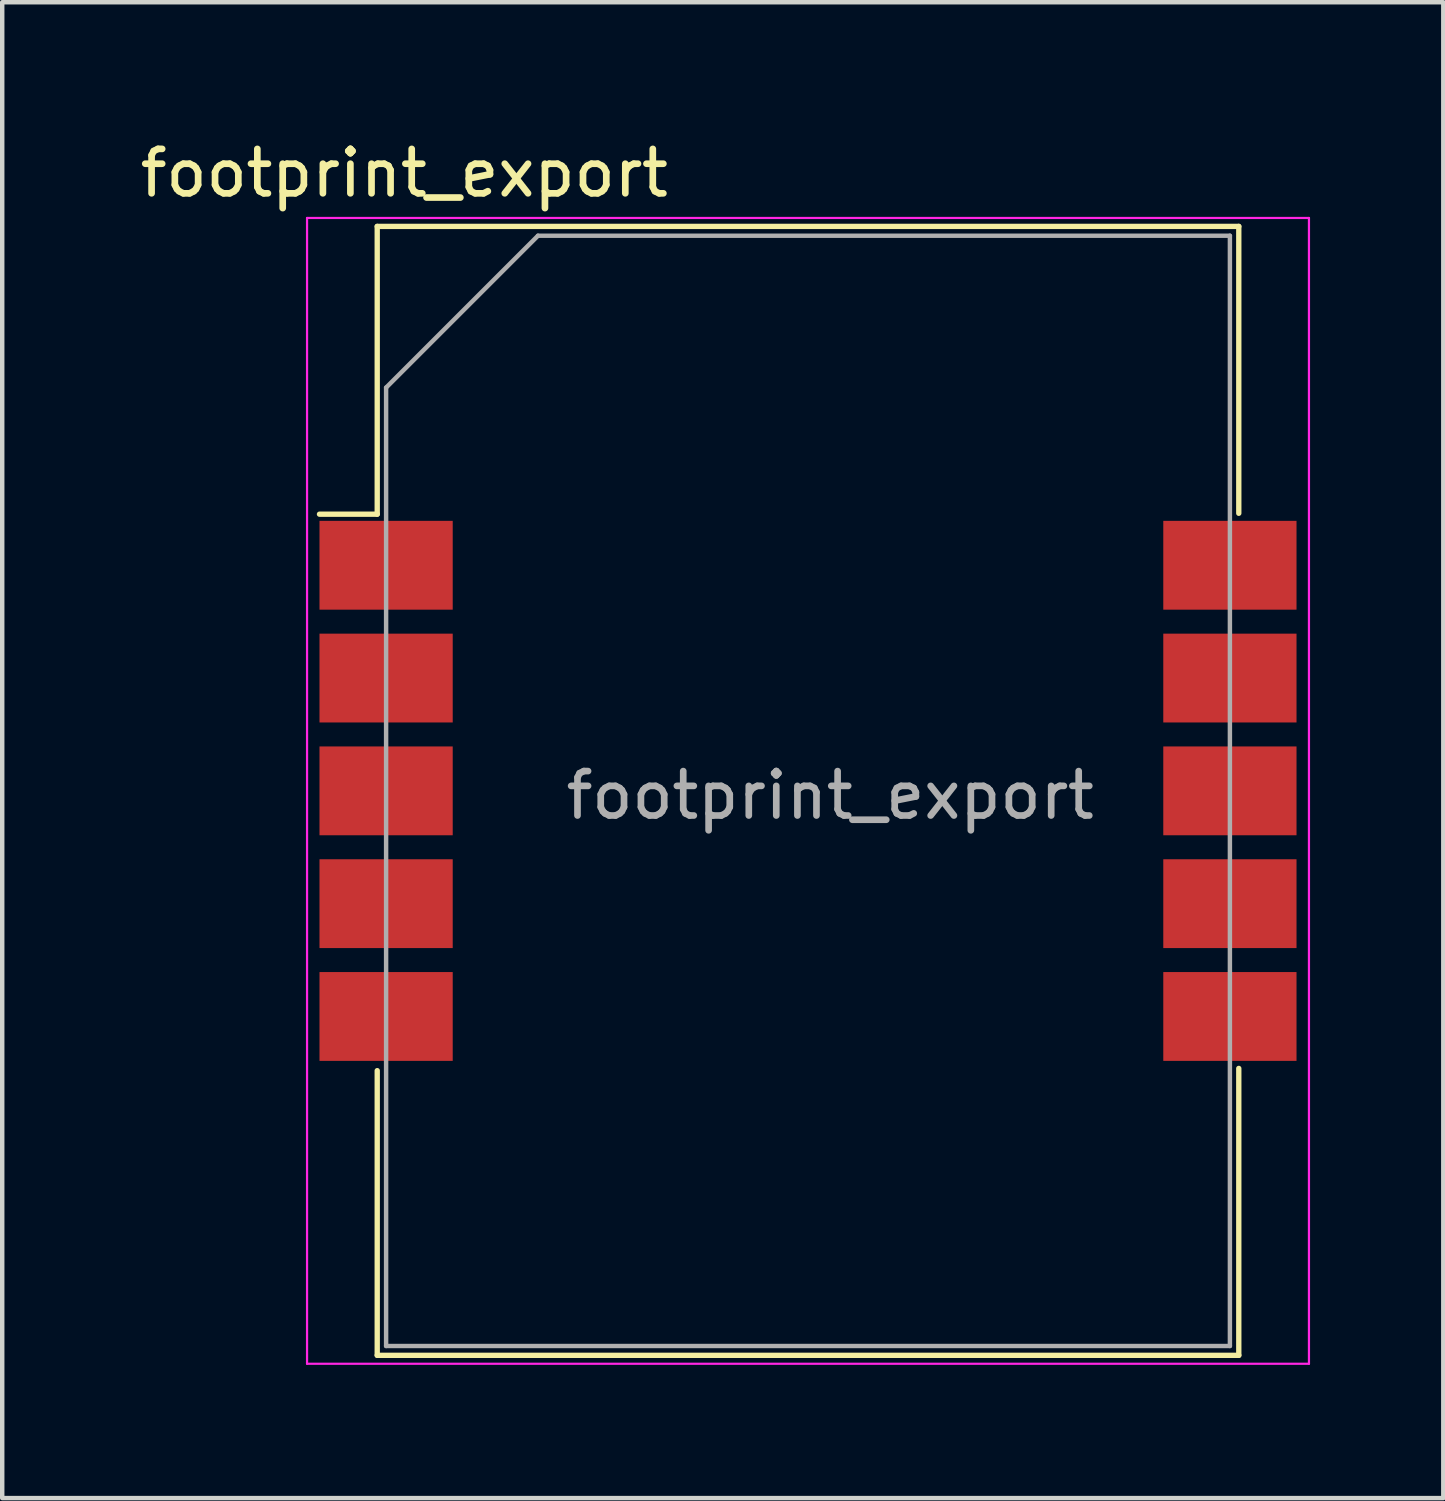
<source format=kicad_pcb>
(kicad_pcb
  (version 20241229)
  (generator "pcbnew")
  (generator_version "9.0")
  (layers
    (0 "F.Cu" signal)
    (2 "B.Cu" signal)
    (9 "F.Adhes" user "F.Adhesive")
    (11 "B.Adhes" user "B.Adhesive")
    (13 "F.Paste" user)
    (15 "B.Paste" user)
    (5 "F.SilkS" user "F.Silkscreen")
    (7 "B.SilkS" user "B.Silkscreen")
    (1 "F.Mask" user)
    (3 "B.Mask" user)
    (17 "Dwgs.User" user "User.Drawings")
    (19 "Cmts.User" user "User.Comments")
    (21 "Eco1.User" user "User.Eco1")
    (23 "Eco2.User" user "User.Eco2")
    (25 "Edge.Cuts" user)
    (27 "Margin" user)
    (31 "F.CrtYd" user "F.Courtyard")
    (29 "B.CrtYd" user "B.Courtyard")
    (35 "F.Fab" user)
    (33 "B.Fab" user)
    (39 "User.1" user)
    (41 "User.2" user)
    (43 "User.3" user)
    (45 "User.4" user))
  (footprint "footprint_export"
    (layer "F.Cu")
    (at 15.144 14.758)
    (property "Reference" "footprint_export" (at -9.09 -13.91 0) (layer "F.SilkS") (effects (font (size 1 1) (thickness 0.15))))
    (attr smd)
    (fp_line (start -11 -6.23) (end -9.7 -6.23) (stroke (width 0.12) (type solid)) (layer "F.SilkS"))
    (fp_line (start -9.7 -12.71) (end 9.7 -12.71) (stroke (width 0.12) (type solid)) (layer "F.SilkS"))
    (fp_line (start -9.7 -6.23) (end -9.7 -12.71) (stroke (width 0.12) (type solid)) (layer "F.SilkS"))
    (fp_line (start -9.7 6.3) (end -9.7 12.71) (stroke (width 0.12) (type solid)) (layer "F.SilkS"))
    (fp_line (start -9.7 12.71) (end 9.7 12.71) (stroke (width 0.12) (type solid)) (layer "F.SilkS"))
    (fp_line (start 9.7 -6.25) (end 9.7 -12.71) (stroke (width 0.12) (type solid)) (layer "F.SilkS"))
    (fp_line (start 9.7 6.25) (end 9.7 12.71) (stroke (width 0.12) (type solid)) (layer "F.SilkS"))
    (fp_line (start -11.28 -12.9) (end 11.28 -12.9) (stroke (width 0.05) (type solid)) (layer "F.CrtYd"))
    (fp_line (start -11.28 12.9) (end -11.28 -12.9) (stroke (width 0.05) (type solid)) (layer "F.CrtYd"))
    (fp_line (start 11.28 -12.9) (end 11.28 12.9) (stroke (width 0.05) (type solid)) (layer "F.CrtYd"))
    (fp_line (start 11.28 12.9) (end -11.28 12.9) (stroke (width 0.05) (type solid)) (layer "F.CrtYd"))
    (fp_line (start -9.5 -9.08) (end -6.08 -12.5) (stroke (width 0.1) (type solid)) (layer "F.Fab"))
    (fp_line (start -9.5 12.5) (end -9.5 -9.08) (stroke (width 0.1) (type solid)) (layer "F.Fab"))
    (fp_line (start -6.08 -12.5) (end 9.5 -12.5) (stroke (width 0.1) (type solid)) (layer "F.Fab"))
    (fp_line (start 9.5 -12.5) (end 9.5 12.5) (stroke (width 0.1) (type solid)) (layer "F.Fab"))
    (fp_line (start 9.5 12.5) (end -9.5 12.5) (stroke (width 0.1) (type solid)) (layer "F.Fab"))
    (fp_text user "${REFERENCE}" (at 0.5 0.1 0) (layer "F.Fab") (effects (font (size 1 1) (thickness 0.15))))
    (pad "1" smd rect (at -9.5 -5.08) (size 3 2) (layers "F.Cu" "F.Mask" "F.Paste"))
    (pad "2" smd rect (at -9.5 -2.54) (size 3 2) (layers "F.Cu" "F.Mask" "F.Paste"))
    (pad "3" smd rect (at -9.5 0) (size 3 2) (layers "F.Cu" "F.Mask" "F.Paste"))
    (pad "4" smd rect (at -9.5 2.54) (size 3 2) (layers "F.Cu" "F.Mask" "F.Paste"))
    (pad "5" smd rect (at -9.5 5.08) (size 3 2) (layers "F.Cu" "F.Mask" "F.Paste"))
    (pad "6" smd rect (at 9.5 5.08) (size 3 2) (layers "F.Cu" "F.Mask" "F.Paste"))
    (pad "7" smd rect (at 9.5 2.54) (size 3 2) (layers "F.Cu" "F.Mask" "F.Paste"))
    (pad "8" smd rect (at 9.5 0) (size 3 2) (layers "F.Cu" "F.Mask" "F.Paste"))
    (pad "9" smd rect (at 9.5 -2.54) (size 3 2) (layers "F.Cu" "F.Mask" "F.Paste"))
    (pad "10" smd rect (at 9.5 -5.08) (size 3 2) (layers "F.Cu" "F.Mask" "F.Paste")))
  (gr_rect
    (start -3 -3)
    (end 29.449 30.683)
    (stroke (width 0.1) (type default))
    (fill no)
    (layer "Edge.Cuts")))
</source>
